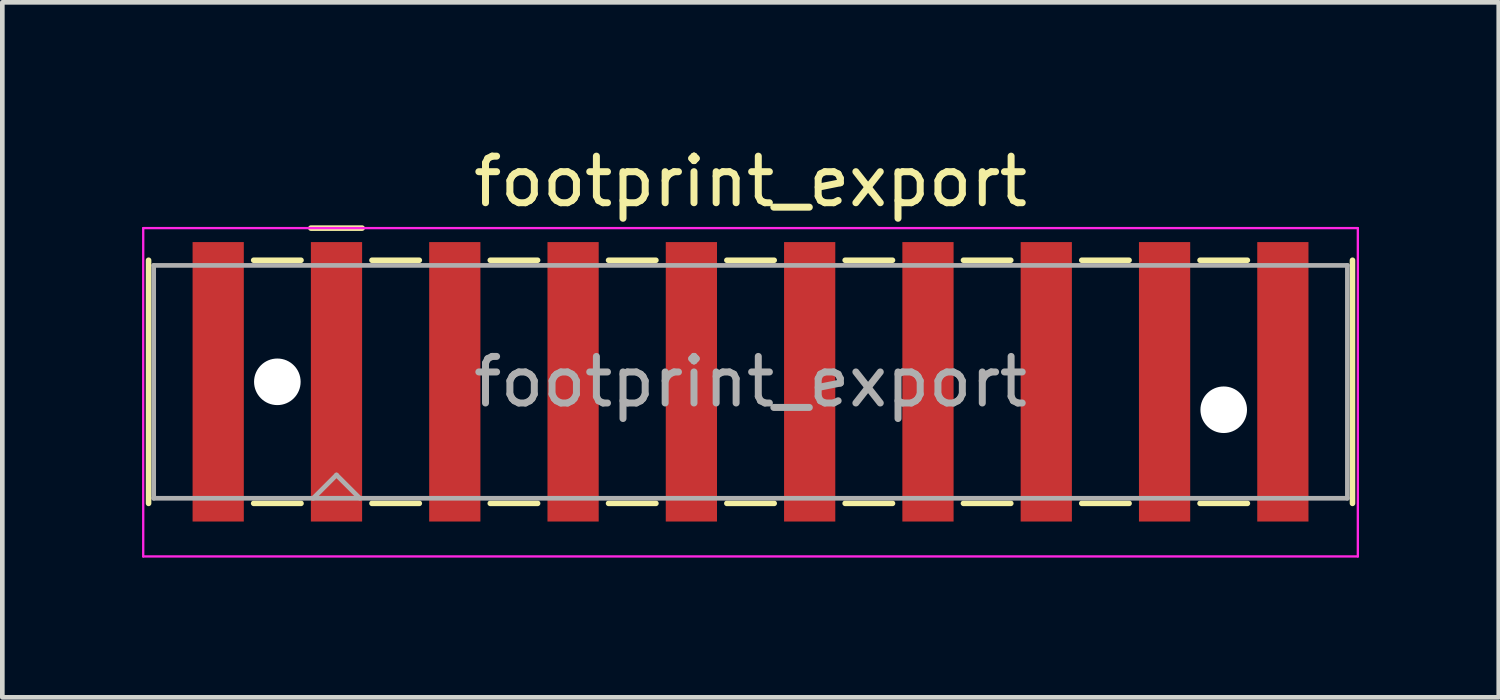
<source format=kicad_pcb>
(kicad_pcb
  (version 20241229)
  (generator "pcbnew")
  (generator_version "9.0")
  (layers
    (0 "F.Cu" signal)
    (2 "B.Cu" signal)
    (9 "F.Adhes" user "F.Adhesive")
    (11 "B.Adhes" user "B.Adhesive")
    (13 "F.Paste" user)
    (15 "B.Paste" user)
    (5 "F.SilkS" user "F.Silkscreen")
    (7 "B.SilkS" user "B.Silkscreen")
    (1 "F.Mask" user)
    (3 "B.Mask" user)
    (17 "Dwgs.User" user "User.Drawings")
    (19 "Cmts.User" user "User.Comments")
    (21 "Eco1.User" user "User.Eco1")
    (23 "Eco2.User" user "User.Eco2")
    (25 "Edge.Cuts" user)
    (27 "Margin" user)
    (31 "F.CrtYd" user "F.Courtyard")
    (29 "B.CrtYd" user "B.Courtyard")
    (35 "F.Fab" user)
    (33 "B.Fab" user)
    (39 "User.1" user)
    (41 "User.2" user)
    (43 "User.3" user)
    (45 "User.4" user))
  (footprint "footprint_export"
    (layer "F.Cu")
    (at 13.065 5.148)
    (property "Reference" "footprint_export" (at 0 -4.3 0) (layer "F.SilkS") (effects (font (size 1 1) (thickness 0.15))))
    (attr smd)
    (fp_line (start -12.925 -2.61) (end -12.925 2.61) (stroke (width 0.12) (type solid)) (layer "F.SilkS"))
    (fp_line (start -10.668 -2.61) (end -9.652 -2.61) (stroke (width 0.12) (type solid)) (layer "F.SilkS"))
    (fp_line (start -10.668 2.61) (end -9.652 2.61) (stroke (width 0.12) (type solid)) (layer "F.SilkS"))
    (fp_line (start -9.44 -3.3) (end -8.34 -3.3) (stroke (width 0.12) (type solid)) (layer "F.SilkS"))
    (fp_line (start -8.128 -2.61) (end -7.112 -2.61) (stroke (width 0.12) (type solid)) (layer "F.SilkS"))
    (fp_line (start -8.128 2.61) (end -7.112 2.61) (stroke (width 0.12) (type solid)) (layer "F.SilkS"))
    (fp_line (start -5.588 -2.61) (end -4.572 -2.61) (stroke (width 0.12) (type solid)) (layer "F.SilkS"))
    (fp_line (start -5.588 2.61) (end -4.572 2.61) (stroke (width 0.12) (type solid)) (layer "F.SilkS"))
    (fp_line (start -3.048 -2.61) (end -2.032 -2.61) (stroke (width 0.12) (type solid)) (layer "F.SilkS"))
    (fp_line (start -3.048 2.61) (end -2.032 2.61) (stroke (width 0.12) (type solid)) (layer "F.SilkS"))
    (fp_line (start -0.508 -2.61) (end 0.508 -2.61) (stroke (width 0.12) (type solid)) (layer "F.SilkS"))
    (fp_line (start -0.508 2.61) (end 0.508 2.61) (stroke (width 0.12) (type solid)) (layer "F.SilkS"))
    (fp_line (start 2.032 -2.61) (end 3.048 -2.61) (stroke (width 0.12) (type solid)) (layer "F.SilkS"))
    (fp_line (start 2.032 2.61) (end 3.048 2.61) (stroke (width 0.12) (type solid)) (layer "F.SilkS"))
    (fp_line (start 4.572 -2.61) (end 5.588 -2.61) (stroke (width 0.12) (type solid)) (layer "F.SilkS"))
    (fp_line (start 4.572 2.61) (end 5.588 2.61) (stroke (width 0.12) (type solid)) (layer "F.SilkS"))
    (fp_line (start 7.112 -2.61) (end 8.128 -2.61) (stroke (width 0.12) (type solid)) (layer "F.SilkS"))
    (fp_line (start 7.112 2.61) (end 8.128 2.61) (stroke (width 0.12) (type solid)) (layer "F.SilkS"))
    (fp_line (start 9.652 -2.61) (end 10.668 -2.61) (stroke (width 0.12) (type solid)) (layer "F.SilkS"))
    (fp_line (start 9.652 2.61) (end 10.668 2.61) (stroke (width 0.12) (type solid)) (layer "F.SilkS"))
    (fp_line (start 12.925 -2.61) (end 12.925 2.61) (stroke (width 0.12) (type solid)) (layer "F.SilkS"))
    (fp_line (start -13.04 -3.3) (end -13.04 3.75) (stroke (width 0.05) (type solid)) (layer "F.CrtYd"))
    (fp_line (start -13.04 3.75) (end 13.04 3.75) (stroke (width 0.05) (type solid)) (layer "F.CrtYd"))
    (fp_line (start 13.04 -3.3) (end -13.04 -3.3) (stroke (width 0.05) (type solid)) (layer "F.CrtYd"))
    (fp_line (start 13.04 3.75) (end 13.04 -3.3) (stroke (width 0.05) (type solid)) (layer "F.CrtYd"))
    (fp_line (start -12.815 -2.5) (end -12.815 2.5) (stroke (width 0.1) (type solid)) (layer "F.Fab"))
    (fp_line (start -12.815 2.5) (end 12.815 2.5) (stroke (width 0.1) (type solid)) (layer "F.Fab"))
    (fp_line (start -9.39 2.5) (end -8.89 2) (stroke (width 0.1) (type solid)) (layer "F.Fab"))
    (fp_line (start -8.89 2) (end -8.39 2.5) (stroke (width 0.1) (type solid)) (layer "F.Fab"))
    (fp_line (start 12.815 -2.5) (end -12.815 -2.5) (stroke (width 0.1) (type solid)) (layer "F.Fab"))
    (fp_line (start 12.815 2.5) (end 12.815 -2.5) (stroke (width 0.1) (type solid)) (layer "F.Fab"))
    (fp_text user "${REFERENCE}" (at 0 0 0) (layer "F.Fab") (effects (font (size 1 1) (thickness 0.15))))
    (pad "" np_thru_hole circle (at -10.16 0) (size 1 1) (drill 1) (layers "*.Cu" "*.Mask"))
    (pad "" np_thru_hole circle (at 10.16 0.6) (size 1 1) (drill 1) (layers "*.Cu" "*.Mask"))
    (pad "1" smd rect (at -8.89 0) (size 1.1 6) (layers "F.Cu" "F.Mask" "F.Paste"))
    (pad "2" smd rect (at -6.35 0) (size 1.1 6) (layers "F.Cu" "F.Mask" "F.Paste"))
    (pad "3" smd rect (at -3.81 0) (size 1.1 6) (layers "F.Cu" "F.Mask" "F.Paste"))
    (pad "4" smd rect (at -1.27 0) (size 1.1 6) (layers "F.Cu" "F.Mask" "F.Paste"))
    (pad "5" smd rect (at 1.27 0) (size 1.1 6) (layers "F.Cu" "F.Mask" "F.Paste"))
    (pad "6" smd rect (at 3.81 0) (size 1.1 6) (layers "F.Cu" "F.Mask" "F.Paste"))
    (pad "7" smd rect (at 6.35 0) (size 1.1 6) (layers "F.Cu" "F.Mask" "F.Paste"))
    (pad "8" smd rect (at 8.89 0) (size 1.1 6) (layers "F.Cu" "F.Mask" "F.Paste"))
    (pad "MP" smd rect (at -11.43 0) (size 1.1 6) (layers "F.Cu" "F.Mask" "F.Paste"))
    (pad "MP" smd rect (at 11.43 0) (size 1.1 6) (layers "F.Cu" "F.Mask" "F.Paste")))
  (gr_rect
    (start -3 -3)
    (end 29.13 11.923)
    (stroke (width 0.1) (type default))
    (fill no)
    (layer "Edge.Cuts")))
</source>
